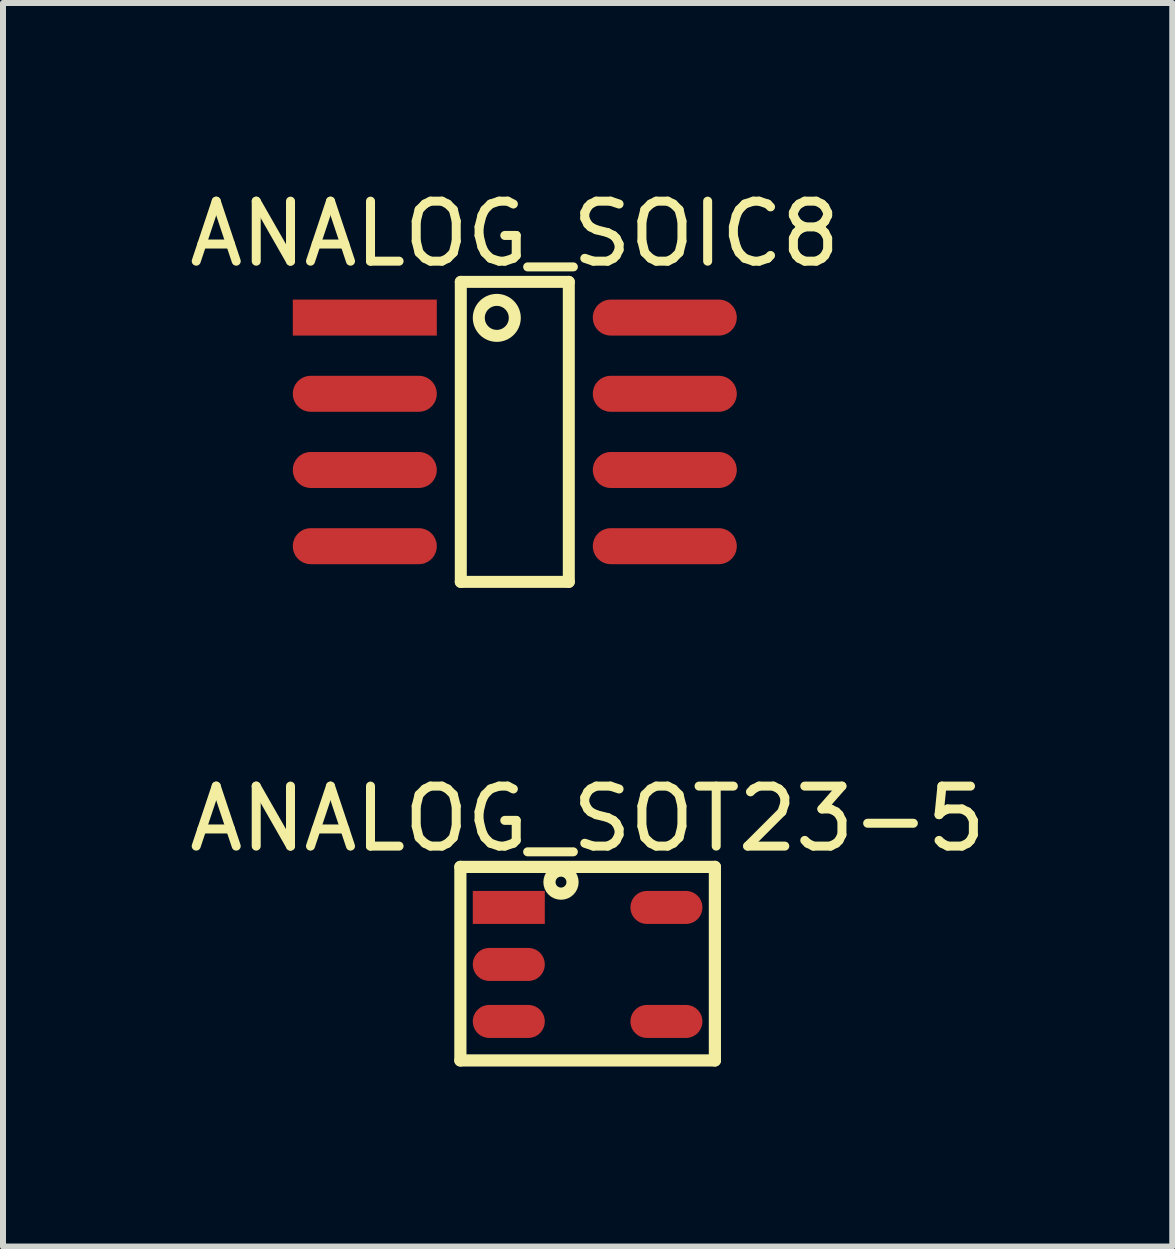
<source format=kicad_pcb>
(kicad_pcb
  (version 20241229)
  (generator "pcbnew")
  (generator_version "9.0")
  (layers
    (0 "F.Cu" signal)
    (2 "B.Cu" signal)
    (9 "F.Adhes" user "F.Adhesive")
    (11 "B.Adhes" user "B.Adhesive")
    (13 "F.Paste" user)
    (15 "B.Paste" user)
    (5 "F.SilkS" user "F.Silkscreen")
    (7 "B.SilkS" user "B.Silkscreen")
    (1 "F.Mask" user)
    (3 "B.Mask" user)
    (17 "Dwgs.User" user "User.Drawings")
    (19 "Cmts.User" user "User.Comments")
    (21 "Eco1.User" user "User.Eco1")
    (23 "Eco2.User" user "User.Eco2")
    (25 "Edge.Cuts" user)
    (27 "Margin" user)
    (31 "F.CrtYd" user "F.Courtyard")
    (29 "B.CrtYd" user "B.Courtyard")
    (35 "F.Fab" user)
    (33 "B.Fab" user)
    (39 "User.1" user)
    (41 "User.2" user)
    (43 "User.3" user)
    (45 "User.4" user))
  (footprint "ANALOG_SOIC8"
    (layer "F.Cu")
    (at 5.53 4.148)
    (property "Reference" "ANALOG_SOIC8" (at 0 -3.3 0) (layer "F.SilkS") (effects (font (size 1 1) (thickness 0.15))))
    (fp_line (start -0.9 -2.5) (end 0.9 -2.5) (stroke (width 0.2) (type solid)) (layer "F.SilkS"))
    (fp_line (start -0.9 2.5) (end -0.9 -2.5) (stroke (width 0.2) (type solid)) (layer "F.SilkS"))
    (fp_line (start -0.9 2.5) (end 0.9 2.5) (stroke (width 0.2) (type solid)) (layer "F.SilkS"))
    (fp_line (start 0.9 2.5) (end 0.9 -2.5) (stroke (width 0.2) (type solid)) (layer "F.SilkS"))
    (fp_circle (center -0.3 -1.9) (end -0.3 -2.2) (stroke (width 0.2) (type solid)) (fill no) (layer "F.SilkS"))
    (pad "1" smd rect (at -2.5 -1.905 90) (size 0.6 2.4) (layers "F.Cu" "F.Mask" "F.Paste"))
    (pad "2" smd oval (at -2.5 -0.635 90) (size 0.6 2.4) (layers "F.Cu" "F.Mask" "F.Paste"))
    (pad "3" smd oval (at -2.5 0.635 90) (size 0.6 2.4) (layers "F.Cu" "F.Mask" "F.Paste"))
    (pad "4" smd oval (at -2.5 1.905 90) (size 0.6 2.4) (layers "F.Cu" "F.Mask" "F.Paste"))
    (pad "5" smd oval (at 2.5 1.905 90) (size 0.6 2.4) (layers "F.Cu" "F.Mask" "F.Paste"))
    (pad "6" smd oval (at 2.5 0.635 90) (size 0.6 2.4) (layers "F.Cu" "F.Mask" "F.Paste"))
    (pad "7" smd oval (at 2.5 -0.635 90) (size 0.6 2.4) (layers "F.Cu" "F.Mask" "F.Paste"))
    (pad "8" smd oval (at 2.5 -1.905 90) (size 0.6 2.4) (layers "F.Cu" "F.Mask" "F.Paste")))
  (footprint "ANALOG_SOT23-5"
    (layer "F.Cu")
    (at 6.757 13.024)
    (property "Reference" "ANALOG_SOT23-5" (at -0.013 -2.427 0) (layer "F.SilkS") (effects (font (size 1 1) (thickness 0.15))))
    (fp_line (start -2.134 -1.626) (end 2.108 -1.626) (stroke (width 0.203) (type solid)) (layer "F.SilkS"))
    (fp_line (start -2.134 1.6) (end -2.134 -1.626) (stroke (width 0.203) (type solid)) (layer "F.SilkS"))
    (fp_line (start -2.134 1.6) (end 2.108 1.6) (stroke (width 0.203) (type solid)) (layer "F.SilkS"))
    (fp_line (start 2.108 1.6) (end 2.108 -1.626) (stroke (width 0.203) (type solid)) (layer "F.SilkS"))
    (fp_circle (center -0.457 -1.372) (end -0.457 -1.463) (stroke (width 0.203) (type solid)) (fill no) (layer "F.SilkS"))
    (pad "1" smd rect (at -1.327 -0.95 90) (size 0.55 1.2) (layers "F.Cu" "F.Mask" "F.Paste"))
    (pad "2" smd oval (at -1.327 0 90) (size 0.55 1.2) (layers "F.Cu" "F.Mask" "F.Paste"))
    (pad "3" smd oval (at -1.327 0.95 90) (size 0.55 1.2) (layers "F.Cu" "F.Mask" "F.Paste"))
    (pad "4" smd oval (at 1.3 0.95 90) (size 0.55 1.2) (layers "F.Cu" "F.Mask" "F.Paste"))
    (pad "5" smd oval (at 1.3 -0.95 90) (size 0.55 1.2) (layers "F.Cu" "F.Mask" "F.Paste")))
  (gr_rect
    (start -3 -3)
    (end 16.488 17.726)
    (stroke (width 0.1) (type default))
    (fill no)
    (layer "Edge.Cuts")))
</source>
